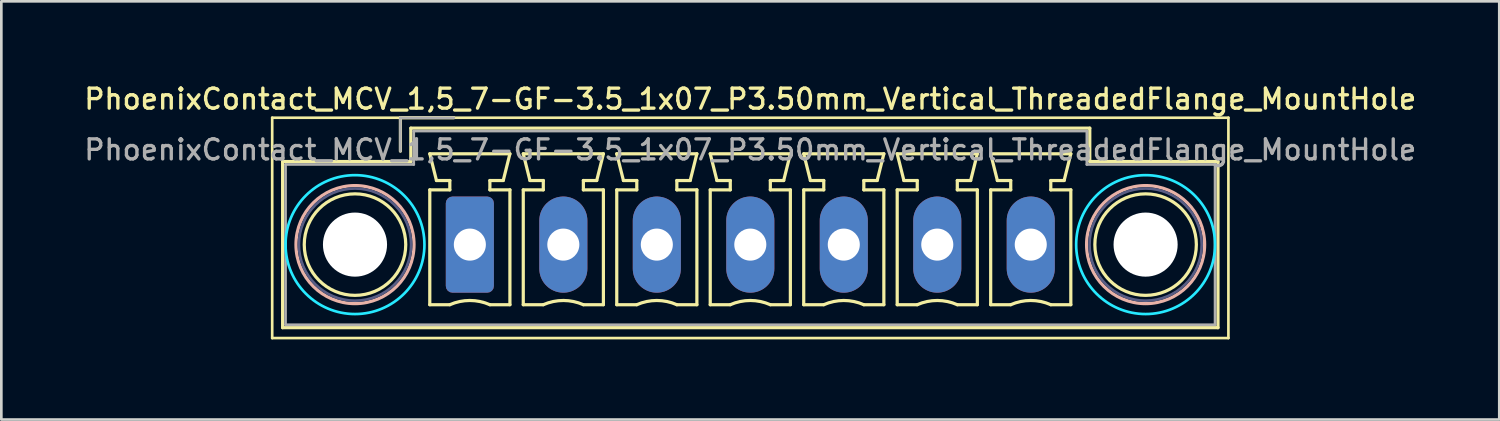
<source format=kicad_pcb>
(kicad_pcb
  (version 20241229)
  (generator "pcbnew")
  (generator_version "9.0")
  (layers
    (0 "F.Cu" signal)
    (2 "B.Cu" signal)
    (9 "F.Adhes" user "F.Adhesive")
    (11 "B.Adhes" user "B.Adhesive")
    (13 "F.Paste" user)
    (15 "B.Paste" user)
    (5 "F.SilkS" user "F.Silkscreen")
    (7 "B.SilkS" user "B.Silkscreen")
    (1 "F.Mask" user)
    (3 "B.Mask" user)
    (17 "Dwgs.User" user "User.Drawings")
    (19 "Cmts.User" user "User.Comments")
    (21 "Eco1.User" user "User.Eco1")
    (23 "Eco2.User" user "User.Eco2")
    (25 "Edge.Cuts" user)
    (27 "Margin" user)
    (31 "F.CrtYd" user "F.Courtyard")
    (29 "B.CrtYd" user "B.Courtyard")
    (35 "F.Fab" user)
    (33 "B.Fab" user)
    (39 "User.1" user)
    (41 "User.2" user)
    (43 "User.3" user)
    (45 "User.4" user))
  (footprint "PhoenixContact_MCV_1,5_7-GF-3.5_1x07_P3.50mm_Vertical_ThreadedFlange_MountHole"
    (layer "F.Cu")
    (at 14.541 6.108)
    (property "Reference" "PhoenixContact_MCV_1,5_7-GF-3.5_1x07_P3.50mm_Vertical_ThreadedFlange_MountHole" (at 10.5 -5.45 0) (layer "F.SilkS") (effects (font (size 0.75 0.75) (thickness 0.125))))
    (attr through_hole)
    (fp_line (start -7.4 -4.75) (end -7.4 3.5) (stroke (width 0.1) (type solid)) (layer "F.SilkS"))
    (fp_line (start -7.4 3.5) (end 28.4 3.5) (stroke (width 0.1) (type solid)) (layer "F.SilkS"))
    (fp_line (start -7.01 -3.11) (end -7.01 3.11) (stroke (width 0.12) (type solid)) (layer "F.SilkS"))
    (fp_line (start -7.01 3.11) (end 28.01 3.11) (stroke (width 0.12) (type solid)) (layer "F.SilkS"))
    (fp_line (start -2.6 -4.75) (end -0.6 -4.75) (stroke (width 0.12) (type solid)) (layer "F.SilkS"))
    (fp_line (start -2.6 -3.5) (end -2.6 -4.75) (stroke (width 0.12) (type solid)) (layer "F.SilkS"))
    (fp_line (start -2.21 -4.36) (end -2.21 -3.11) (stroke (width 0.12) (type solid)) (layer "F.SilkS"))
    (fp_line (start -2.21 -3.11) (end -7.01 -3.11) (stroke (width 0.12) (type solid)) (layer "F.SilkS"))
    (fp_line (start -1.5 -3.4) (end 1.5 -3.4) (stroke (width 0.12) (type solid)) (layer "F.SilkS"))
    (fp_line (start -1.5 -2.05) (end -0.75 -2.05) (stroke (width 0.12) (type solid)) (layer "F.SilkS"))
    (fp_line (start -1.5 2.25) (end -1.5 -2.05) (stroke (width 0.12) (type solid)) (layer "F.SilkS"))
    (fp_line (start -1.25 -2.4) (end -1.5 -3.4) (stroke (width 0.12) (type solid)) (layer "F.SilkS"))
    (fp_line (start -0.75 -2.4) (end -1.25 -2.4) (stroke (width 0.12) (type solid)) (layer "F.SilkS"))
    (fp_line (start -0.75 -2.05) (end -0.75 -2.4) (stroke (width 0.12) (type solid)) (layer "F.SilkS"))
    (fp_line (start -0.75 2.25) (end -1.5 2.25) (stroke (width 0.12) (type solid)) (layer "F.SilkS"))
    (fp_line (start 0.75 -2.4) (end 0.75 -2.05) (stroke (width 0.12) (type solid)) (layer "F.SilkS"))
    (fp_line (start 0.75 -2.05) (end 1.5 -2.05) (stroke (width 0.12) (type solid)) (layer "F.SilkS"))
    (fp_line (start 1.25 -2.4) (end 0.75 -2.4) (stroke (width 0.12) (type solid)) (layer "F.SilkS"))
    (fp_line (start 1.5 -3.4) (end 1.25 -2.4) (stroke (width 0.12) (type solid)) (layer "F.SilkS"))
    (fp_line (start 1.5 -2.05) (end 1.5 2.25) (stroke (width 0.12) (type solid)) (layer "F.SilkS"))
    (fp_line (start 1.5 2.25) (end 0.75 2.25) (stroke (width 0.12) (type solid)) (layer "F.SilkS"))
    (fp_line (start 2 -3.4) (end 5 -3.4) (stroke (width 0.12) (type solid)) (layer "F.SilkS"))
    (fp_line (start 2 -2.05) (end 2.75 -2.05) (stroke (width 0.12) (type solid)) (layer "F.SilkS"))
    (fp_line (start 2 2.25) (end 2 -2.05) (stroke (width 0.12) (type solid)) (layer "F.SilkS"))
    (fp_line (start 2.25 -2.4) (end 2 -3.4) (stroke (width 0.12) (type solid)) (layer "F.SilkS"))
    (fp_line (start 2.75 -2.4) (end 2.25 -2.4) (stroke (width 0.12) (type solid)) (layer "F.SilkS"))
    (fp_line (start 2.75 -2.05) (end 2.75 -2.4) (stroke (width 0.12) (type solid)) (layer "F.SilkS"))
    (fp_line (start 2.75 2.25) (end 2 2.25) (stroke (width 0.12) (type solid)) (layer "F.SilkS"))
    (fp_line (start 4.25 -2.4) (end 4.25 -2.05) (stroke (width 0.12) (type solid)) (layer "F.SilkS"))
    (fp_line (start 4.25 -2.05) (end 5 -2.05) (stroke (width 0.12) (type solid)) (layer "F.SilkS"))
    (fp_line (start 4.75 -2.4) (end 4.25 -2.4) (stroke (width 0.12) (type solid)) (layer "F.SilkS"))
    (fp_line (start 5 -3.4) (end 4.75 -2.4) (stroke (width 0.12) (type solid)) (layer "F.SilkS"))
    (fp_line (start 5 -2.05) (end 5 2.25) (stroke (width 0.12) (type solid)) (layer "F.SilkS"))
    (fp_line (start 5 2.25) (end 4.25 2.25) (stroke (width 0.12) (type solid)) (layer "F.SilkS"))
    (fp_line (start 5.5 -3.4) (end 8.5 -3.4) (stroke (width 0.12) (type solid)) (layer "F.SilkS"))
    (fp_line (start 5.5 -2.05) (end 6.25 -2.05) (stroke (width 0.12) (type solid)) (layer "F.SilkS"))
    (fp_line (start 5.5 2.25) (end 5.5 -2.05) (stroke (width 0.12) (type solid)) (layer "F.SilkS"))
    (fp_line (start 5.75 -2.4) (end 5.5 -3.4) (stroke (width 0.12) (type solid)) (layer "F.SilkS"))
    (fp_line (start 6.25 -2.4) (end 5.75 -2.4) (stroke (width 0.12) (type solid)) (layer "F.SilkS"))
    (fp_line (start 6.25 -2.05) (end 6.25 -2.4) (stroke (width 0.12) (type solid)) (layer "F.SilkS"))
    (fp_line (start 6.25 2.25) (end 5.5 2.25) (stroke (width 0.12) (type solid)) (layer "F.SilkS"))
    (fp_line (start 7.75 -2.4) (end 7.75 -2.05) (stroke (width 0.12) (type solid)) (layer "F.SilkS"))
    (fp_line (start 7.75 -2.05) (end 8.5 -2.05) (stroke (width 0.12) (type solid)) (layer "F.SilkS"))
    (fp_line (start 8.25 -2.4) (end 7.75 -2.4) (stroke (width 0.12) (type solid)) (layer "F.SilkS"))
    (fp_line (start 8.5 -3.4) (end 8.25 -2.4) (stroke (width 0.12) (type solid)) (layer "F.SilkS"))
    (fp_line (start 8.5 -2.05) (end 8.5 2.25) (stroke (width 0.12) (type solid)) (layer "F.SilkS"))
    (fp_line (start 8.5 2.25) (end 7.75 2.25) (stroke (width 0.12) (type solid)) (layer "F.SilkS"))
    (fp_line (start 9 -3.4) (end 12 -3.4) (stroke (width 0.12) (type solid)) (layer "F.SilkS"))
    (fp_line (start 9 -2.05) (end 9.75 -2.05) (stroke (width 0.12) (type solid)) (layer "F.SilkS"))
    (fp_line (start 9 2.25) (end 9 -2.05) (stroke (width 0.12) (type solid)) (layer "F.SilkS"))
    (fp_line (start 9.25 -2.4) (end 9 -3.4) (stroke (width 0.12) (type solid)) (layer "F.SilkS"))
    (fp_line (start 9.75 -2.4) (end 9.25 -2.4) (stroke (width 0.12) (type solid)) (layer "F.SilkS"))
    (fp_line (start 9.75 -2.05) (end 9.75 -2.4) (stroke (width 0.12) (type solid)) (layer "F.SilkS"))
    (fp_line (start 9.75 2.25) (end 9 2.25) (stroke (width 0.12) (type solid)) (layer "F.SilkS"))
    (fp_line (start 11.25 -2.4) (end 11.25 -2.05) (stroke (width 0.12) (type solid)) (layer "F.SilkS"))
    (fp_line (start 11.25 -2.05) (end 12 -2.05) (stroke (width 0.12) (type solid)) (layer "F.SilkS"))
    (fp_line (start 11.75 -2.4) (end 11.25 -2.4) (stroke (width 0.12) (type solid)) (layer "F.SilkS"))
    (fp_line (start 12 -3.4) (end 11.75 -2.4) (stroke (width 0.12) (type solid)) (layer "F.SilkS"))
    (fp_line (start 12 -2.05) (end 12 2.25) (stroke (width 0.12) (type solid)) (layer "F.SilkS"))
    (fp_line (start 12 2.25) (end 11.25 2.25) (stroke (width 0.12) (type solid)) (layer "F.SilkS"))
    (fp_line (start 12.5 -3.4) (end 15.5 -3.4) (stroke (width 0.12) (type solid)) (layer "F.SilkS"))
    (fp_line (start 12.5 -2.05) (end 13.25 -2.05) (stroke (width 0.12) (type solid)) (layer "F.SilkS"))
    (fp_line (start 12.5 2.25) (end 12.5 -2.05) (stroke (width 0.12) (type solid)) (layer "F.SilkS"))
    (fp_line (start 12.75 -2.4) (end 12.5 -3.4) (stroke (width 0.12) (type solid)) (layer "F.SilkS"))
    (fp_line (start 13.25 -2.4) (end 12.75 -2.4) (stroke (width 0.12) (type solid)) (layer "F.SilkS"))
    (fp_line (start 13.25 -2.05) (end 13.25 -2.4) (stroke (width 0.12) (type solid)) (layer "F.SilkS"))
    (fp_line (start 13.25 2.25) (end 12.5 2.25) (stroke (width 0.12) (type solid)) (layer "F.SilkS"))
    (fp_line (start 14.75 -2.4) (end 14.75 -2.05) (stroke (width 0.12) (type solid)) (layer "F.SilkS"))
    (fp_line (start 14.75 -2.05) (end 15.5 -2.05) (stroke (width 0.12) (type solid)) (layer "F.SilkS"))
    (fp_line (start 15.25 -2.4) (end 14.75 -2.4) (stroke (width 0.12) (type solid)) (layer "F.SilkS"))
    (fp_line (start 15.5 -3.4) (end 15.25 -2.4) (stroke (width 0.12) (type solid)) (layer "F.SilkS"))
    (fp_line (start 15.5 -2.05) (end 15.5 2.25) (stroke (width 0.12) (type solid)) (layer "F.SilkS"))
    (fp_line (start 15.5 2.25) (end 14.75 2.25) (stroke (width 0.12) (type solid)) (layer "F.SilkS"))
    (fp_line (start 16 -3.4) (end 19 -3.4) (stroke (width 0.12) (type solid)) (layer "F.SilkS"))
    (fp_line (start 16 -2.05) (end 16.75 -2.05) (stroke (width 0.12) (type solid)) (layer "F.SilkS"))
    (fp_line (start 16 2.25) (end 16 -2.05) (stroke (width 0.12) (type solid)) (layer "F.SilkS"))
    (fp_line (start 16.25 -2.4) (end 16 -3.4) (stroke (width 0.12) (type solid)) (layer "F.SilkS"))
    (fp_line (start 16.75 -2.4) (end 16.25 -2.4) (stroke (width 0.12) (type solid)) (layer "F.SilkS"))
    (fp_line (start 16.75 -2.05) (end 16.75 -2.4) (stroke (width 0.12) (type solid)) (layer "F.SilkS"))
    (fp_line (start 16.75 2.25) (end 16 2.25) (stroke (width 0.12) (type solid)) (layer "F.SilkS"))
    (fp_line (start 18.25 -2.4) (end 18.25 -2.05) (stroke (width 0.12) (type solid)) (layer "F.SilkS"))
    (fp_line (start 18.25 -2.05) (end 19 -2.05) (stroke (width 0.12) (type solid)) (layer "F.SilkS"))
    (fp_line (start 18.75 -2.4) (end 18.25 -2.4) (stroke (width 0.12) (type solid)) (layer "F.SilkS"))
    (fp_line (start 19 -3.4) (end 18.75 -2.4) (stroke (width 0.12) (type solid)) (layer "F.SilkS"))
    (fp_line (start 19 -2.05) (end 19 2.25) (stroke (width 0.12) (type solid)) (layer "F.SilkS"))
    (fp_line (start 19 2.25) (end 18.25 2.25) (stroke (width 0.12) (type solid)) (layer "F.SilkS"))
    (fp_line (start 19.5 -3.4) (end 22.5 -3.4) (stroke (width 0.12) (type solid)) (layer "F.SilkS"))
    (fp_line (start 19.5 -2.05) (end 20.25 -2.05) (stroke (width 0.12) (type solid)) (layer "F.SilkS"))
    (fp_line (start 19.5 2.25) (end 19.5 -2.05) (stroke (width 0.12) (type solid)) (layer "F.SilkS"))
    (fp_line (start 19.75 -2.4) (end 19.5 -3.4) (stroke (width 0.12) (type solid)) (layer "F.SilkS"))
    (fp_line (start 20.25 -2.4) (end 19.75 -2.4) (stroke (width 0.12) (type solid)) (layer "F.SilkS"))
    (fp_line (start 20.25 -2.05) (end 20.25 -2.4) (stroke (width 0.12) (type solid)) (layer "F.SilkS"))
    (fp_line (start 20.25 2.25) (end 19.5 2.25) (stroke (width 0.12) (type solid)) (layer "F.SilkS"))
    (fp_line (start 21.75 -2.4) (end 21.75 -2.05) (stroke (width 0.12) (type solid)) (layer "F.SilkS"))
    (fp_line (start 21.75 -2.05) (end 22.5 -2.05) (stroke (width 0.12) (type solid)) (layer "F.SilkS"))
    (fp_line (start 22.25 -2.4) (end 21.75 -2.4) (stroke (width 0.12) (type solid)) (layer "F.SilkS"))
    (fp_line (start 22.5 -3.4) (end 22.25 -2.4) (stroke (width 0.12) (type solid)) (layer "F.SilkS"))
    (fp_line (start 22.5 -2.05) (end 22.5 2.25) (stroke (width 0.12) (type solid)) (layer "F.SilkS"))
    (fp_line (start 22.5 2.25) (end 21.75 2.25) (stroke (width 0.12) (type solid)) (layer "F.SilkS"))
    (fp_line (start 23.21 -4.36) (end -2.21 -4.36) (stroke (width 0.12) (type solid)) (layer "F.SilkS"))
    (fp_line (start 23.21 -3.11) (end 23.21 -4.36) (stroke (width 0.12) (type solid)) (layer "F.SilkS"))
    (fp_line (start 28.01 -3.11) (end 23.21 -3.11) (stroke (width 0.12) (type solid)) (layer "F.SilkS"))
    (fp_line (start 28.01 3.11) (end 28.01 -3.11) (stroke (width 0.12) (type solid)) (layer "F.SilkS"))
    (fp_line (start 28.4 -4.75) (end -7.4 -4.75) (stroke (width 0.1) (type solid)) (layer "F.SilkS"))
    (fp_line (start 28.4 3.5) (end 28.4 -4.75) (stroke (width 0.1) (type solid)) (layer "F.SilkS"))
    (fp_arc (start -0.75 2.25) (mid -0.000193 2.09191) (end 0.749647 2.249844) (stroke (width 0.12) (type solid)) (layer "F.SilkS"))
    (fp_arc (start 2.75 2.25) (mid 3.499807 2.09191) (end 4.249647 2.249844) (stroke (width 0.12) (type solid)) (layer "F.SilkS"))
    (fp_arc (start 6.25 2.25) (mid 6.999807 2.09191) (end 7.749647 2.249844) (stroke (width 0.12) (type solid)) (layer "F.SilkS"))
    (fp_arc (start 9.75 2.25) (mid 10.499807 2.09191) (end 11.249647 2.249844) (stroke (width 0.12) (type solid)) (layer "F.SilkS"))
    (fp_arc (start 13.25 2.25) (mid 13.999807 2.09191) (end 14.749647 2.249844) (stroke (width 0.12) (type solid)) (layer "F.SilkS"))
    (fp_arc (start 16.75 2.25) (mid 17.499807 2.09191) (end 18.249647 2.249844) (stroke (width 0.12) (type solid)) (layer "F.SilkS"))
    (fp_arc (start 20.25 2.25) (mid 20.999807 2.09191) (end 21.749647 2.249844) (stroke (width 0.12) (type solid)) (layer "F.SilkS"))
    (fp_circle (center -4.3 0) (end -2.4 0) (stroke (width 0.12) (type solid)) (fill no) (layer "F.SilkS"))
    (fp_circle (center 25.3 0) (end 27.2 0) (stroke (width 0.12) (type solid)) (fill no) (layer "F.SilkS"))
    (fp_circle (center -4.3 0) (end -2.09 0) (stroke (width 0.12) (type solid)) (fill no) (layer "B.SilkS"))
    (fp_circle (center 25.3 0) (end 27.51 0) (stroke (width 0.12) (type solid)) (fill no) (layer "B.SilkS"))
    (fp_circle (center -4.3 0) (end -1.7 0) (stroke (width 0.1) (type solid)) (fill no) (layer "B.CrtYd"))
    (fp_circle (center 25.3 0) (end 27.9 0) (stroke (width 0.1) (type solid)) (fill no) (layer "B.CrtYd"))
    (fp_circle (center -4.3 0) (end -2.2 0) (stroke (width 0.1) (type solid)) (fill no) (layer "B.Fab"))
    (fp_circle (center 25.3 0) (end 27.4 0) (stroke (width 0.1) (type solid)) (fill no) (layer "B.Fab"))
    (fp_line (start -6.9 -3) (end -6.9 3) (stroke (width 0.1) (type solid)) (layer "F.Fab"))
    (fp_line (start -6.9 3) (end 27.9 3) (stroke (width 0.1) (type solid)) (layer "F.Fab"))
    (fp_line (start -2.6 -4.75) (end -0.6 -4.75) (stroke (width 0.1) (type solid)) (layer "F.Fab"))
    (fp_line (start -2.6 -3.5) (end -2.6 -4.75) (stroke (width 0.1) (type solid)) (layer "F.Fab"))
    (fp_line (start -2.1 -4.25) (end -2.1 -3) (stroke (width 0.1) (type solid)) (layer "F.Fab"))
    (fp_line (start -2.1 -3) (end -6.9 -3) (stroke (width 0.1) (type solid)) (layer "F.Fab"))
    (fp_line (start 23.1 -4.25) (end -2.1 -4.25) (stroke (width 0.1) (type solid)) (layer "F.Fab"))
    (fp_line (start 23.1 -3) (end 23.1 -4.25) (stroke (width 0.1) (type solid)) (layer "F.Fab"))
    (fp_line (start 27.9 -3) (end 23.1 -3) (stroke (width 0.1) (type solid)) (layer "F.Fab"))
    (fp_line (start 27.9 3) (end 27.9 -3) (stroke (width 0.1) (type solid)) (layer "F.Fab"))
    (fp_text user "${REFERENCE}" (at 10.5 -3.55 0) (layer "F.Fab") (effects (font (size 0.75 0.75) (thickness 0.125))))
    (pad "" np_thru_hole circle (at -4.3 0) (size 2.4 2.4) (drill 2.4) (layers "*.Cu" "*.Mask"))
    (pad "" np_thru_hole circle (at 25.3 0) (size 2.4 2.4) (drill 2.4) (layers "*.Cu" "*.Mask"))
    (pad "1" thru_hole roundrect (at 0 0) (size 1.8 3.6) (drill 1.2) (layers "*.Cu" "*.Mask") (roundrect_rratio 0.139))
    (pad "2" thru_hole oval (at 3.5 0) (size 1.8 3.6) (drill 1.2) (layers "*.Cu" "*.Mask"))
    (pad "3" thru_hole oval (at 7 0) (size 1.8 3.6) (drill 1.2) (layers "*.Cu" "*.Mask"))
    (pad "4" thru_hole oval (at 10.5 0) (size 1.8 3.6) (drill 1.2) (layers "*.Cu" "*.Mask"))
    (pad "5" thru_hole oval (at 14 0) (size 1.8 3.6) (drill 1.2) (layers "*.Cu" "*.Mask"))
    (pad "6" thru_hole oval (at 17.5 0) (size 1.8 3.6) (drill 1.2) (layers "*.Cu" "*.Mask"))
    (pad "7" thru_hole oval (at 21 0) (size 1.8 3.6) (drill 1.2) (layers "*.Cu" "*.Mask")))
  (gr_rect
    (start -3 -3)
    (end 53.082 12.658)
    (stroke (width 0.1) (type default))
    (fill no)
    (layer "Edge.Cuts")))
</source>
